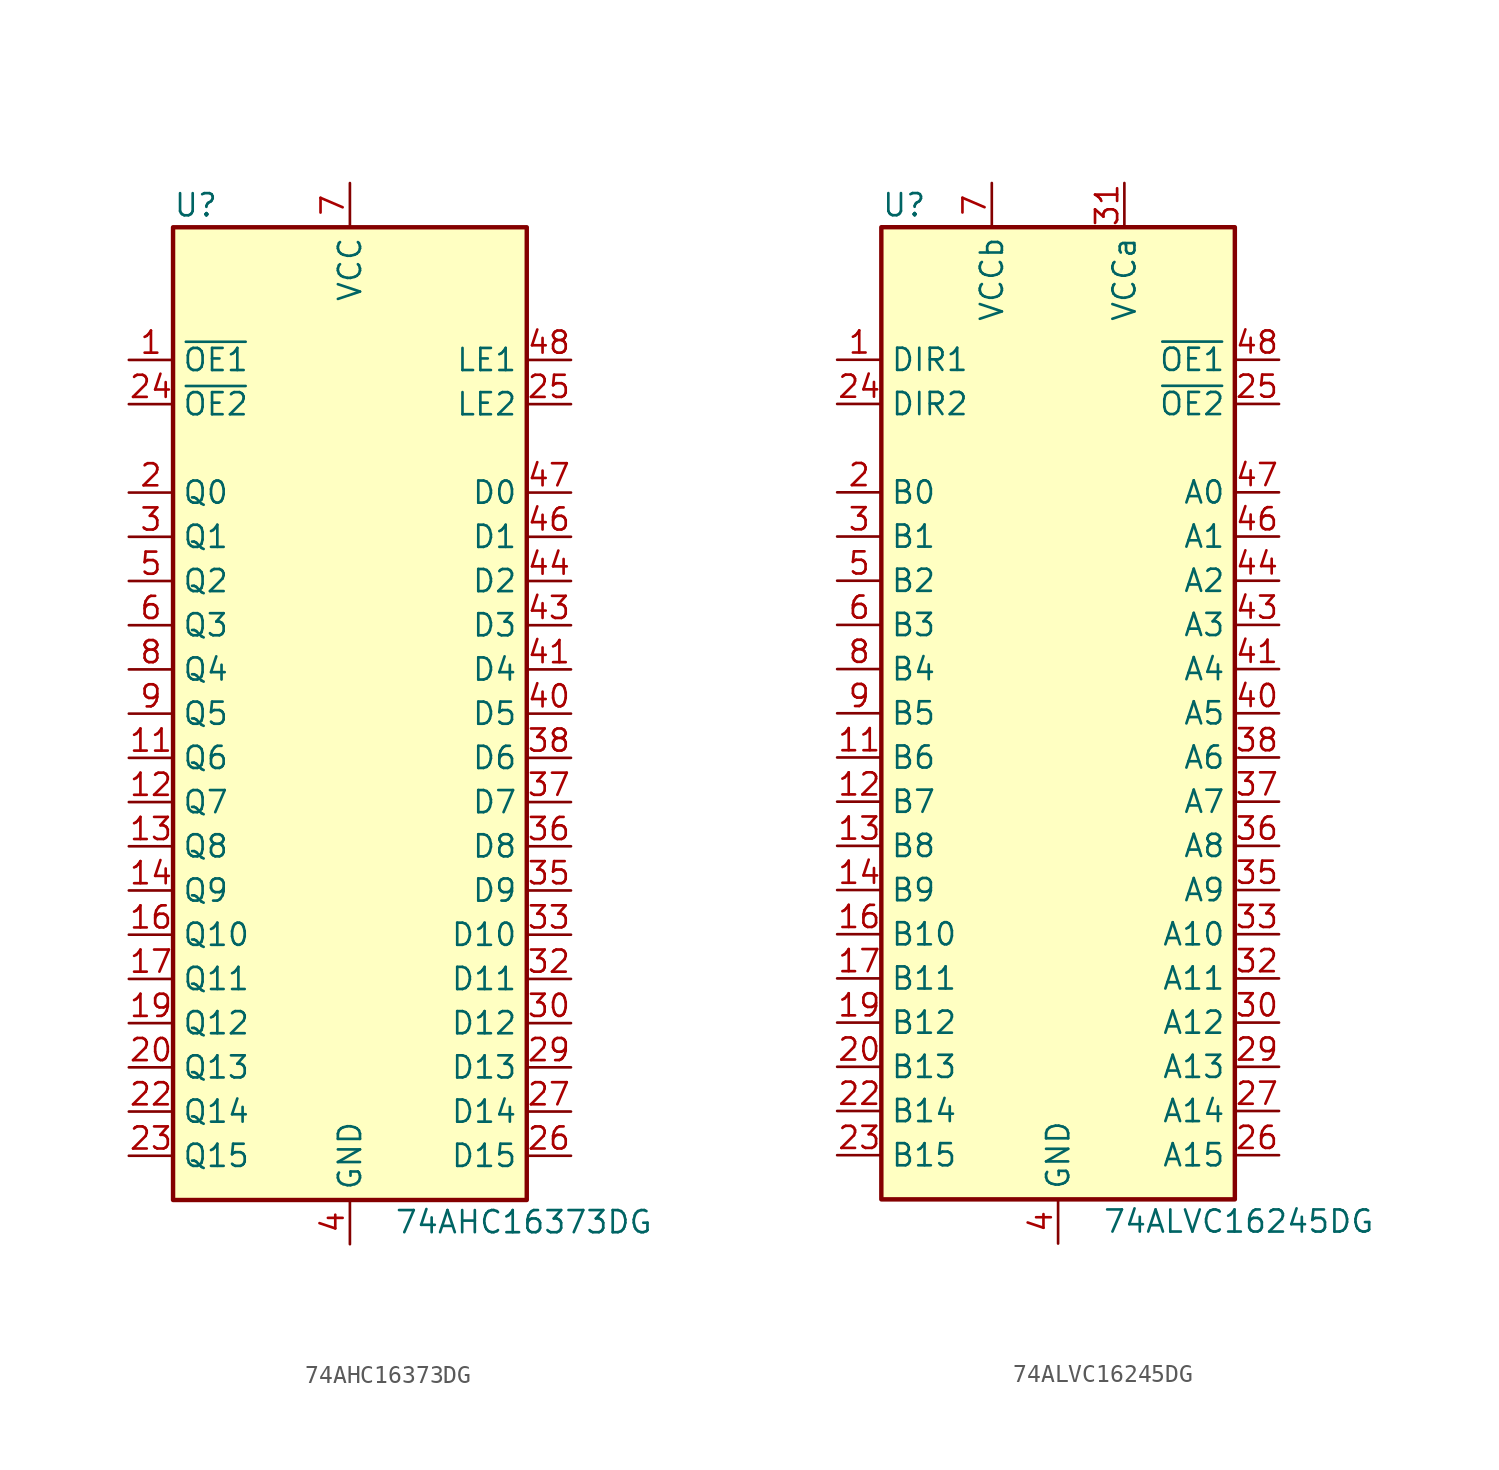
<source format=kicad_sym>
(kicad_symbol_lib
  (version 20211014)
  (generator kicad_symbol_editor)
  (symbol "74AHC16373DG"
    (property "Reference" "U"
      (at -10.16 29.21 0)
      (effects (font (size 1.27 1.27)) (justify left)))
    (property "Value" "74AHC16373DG"
      (at 2.54 -29.21 0)
      (effects (font (size 1.27 1.27)) (justify left)))
    (symbol "74AHC16373DG_0_1"
      (rectangle (start -10.16 27.94) (end 10.16 -27.94) (stroke (width 0.254) (type default) (color 0 0 0 0)) (fill (type background))))
    (symbol "74AHC16373DG_1_1"
      (pin input line (at -12.7 20.32 0) (length 2.54) (name "~{OE1}" (effects (font (size 1.27 1.27)))) (number "1" (effects (font (size 1.27 1.27)))))
      (pin passive line (at 0 -30.48 90) (length 2.54) hide (name "GND" (effects (font (size 1.27 1.27)))) (number "10" (effects (font (size 1.27 1.27)))))
      (pin bidirectional line (at -12.7 -2.54 0) (length 2.54) (name "Q6" (effects (font (size 1.27 1.27)))) (number "11" (effects (font (size 1.27 1.27)))))
      (pin bidirectional line (at -12.7 -5.08 0) (length 2.54) (name "Q7" (effects (font (size 1.27 1.27)))) (number "12" (effects (font (size 1.27 1.27)))))
      (pin bidirectional line (at -12.7 -7.62 0) (length 2.54) (name "Q8" (effects (font (size 1.27 1.27)))) (number "13" (effects (font (size 1.27 1.27)))))
      (pin bidirectional line (at -12.7 -10.16 0) (length 2.54) (name "Q9" (effects (font (size 1.27 1.27)))) (number "14" (effects (font (size 1.27 1.27)))))
      (pin passive line (at 0 -30.48 90) (length 2.54) hide (name "GND" (effects (font (size 1.27 1.27)))) (number "15" (effects (font (size 1.27 1.27)))))
      (pin bidirectional line (at -12.7 -12.7 0) (length 2.54) (name "Q10" (effects (font (size 1.27 1.27)))) (number "16" (effects (font (size 1.27 1.27)))))
      (pin bidirectional line (at -12.7 -15.24 0) (length 2.54) (name "Q11" (effects (font (size 1.27 1.27)))) (number "17" (effects (font (size 1.27 1.27)))))
      (pin passive line (at 0 30.48 270) (length 2.54) hide (name "VCC" (effects (font (size 1.27 1.27)))) (number "18" (effects (font (size 1.27 1.27)))))
      (pin bidirectional line (at -12.7 -17.78 0) (length 2.54) (name "Q12" (effects (font (size 1.27 1.27)))) (number "19" (effects (font (size 1.27 1.27)))))
      (pin bidirectional line (at -12.7 12.7 0) (length 2.54) (name "Q0" (effects (font (size 1.27 1.27)))) (number "2" (effects (font (size 1.27 1.27)))))
      (pin bidirectional line (at -12.7 -20.32 0) (length 2.54) (name "Q13" (effects (font (size 1.27 1.27)))) (number "20" (effects (font (size 1.27 1.27)))))
      (pin passive line (at 0 -30.48 90) (length 2.54) hide (name "GND" (effects (font (size 1.27 1.27)))) (number "21" (effects (font (size 1.27 1.27)))))
      (pin bidirectional line (at -12.7 -22.86 0) (length 2.54) (name "Q14" (effects (font (size 1.27 1.27)))) (number "22" (effects (font (size 1.27 1.27)))))
      (pin bidirectional line (at -12.7 -25.4 0) (length 2.54) (name "Q15" (effects (font (size 1.27 1.27)))) (number "23" (effects (font (size 1.27 1.27)))))
      (pin input line (at -12.7 17.78 0) (length 2.54) (name "~{OE2}" (effects (font (size 1.27 1.27)))) (number "24" (effects (font (size 1.27 1.27)))))
      (pin input line (at 12.7 17.78 180) (length 2.54) (name "LE2" (effects (font (size 1.27 1.27)))) (number "25" (effects (font (size 1.27 1.27)))))
      (pin bidirectional line (at 12.7 -25.4 180) (length 2.54) (name "D15" (effects (font (size 1.27 1.27)))) (number "26" (effects (font (size 1.27 1.27)))))
      (pin bidirectional line (at 12.7 -22.86 180) (length 2.54) (name "D14" (effects (font (size 1.27 1.27)))) (number "27" (effects (font (size 1.27 1.27)))))
      (pin passive line (at 0 -30.48 90) (length 2.54) hide (name "GND" (effects (font (size 1.27 1.27)))) (number "28" (effects (font (size 1.27 1.27)))))
      (pin bidirectional line (at 12.7 -20.32 180) (length 2.54) (name "D13" (effects (font (size 1.27 1.27)))) (number "29" (effects (font (size 1.27 1.27)))))
      (pin bidirectional line (at -12.7 10.16 0) (length 2.54) (name "Q1" (effects (font (size 1.27 1.27)))) (number "3" (effects (font (size 1.27 1.27)))))
      (pin bidirectional line (at 12.7 -17.78 180) (length 2.54) (name "D12" (effects (font (size 1.27 1.27)))) (number "30" (effects (font (size 1.27 1.27)))))
      (pin power_in line (at 0 30.48 270) (length 2.54) hide (name "VCC" (effects (font (size 1.27 1.27)))) (number "31" (effects (font (size 1.27 1.27)))))
      (pin bidirectional line (at 12.7 -15.24 180) (length 2.54) (name "D11" (effects (font (size 1.27 1.27)))) (number "32" (effects (font (size 1.27 1.27)))))
      (pin bidirectional line (at 12.7 -12.7 180) (length 2.54) (name "D10" (effects (font (size 1.27 1.27)))) (number "33" (effects (font (size 1.27 1.27)))))
      (pin passive line (at 0 -30.48 90) (length 2.54) hide (name "GND" (effects (font (size 1.27 1.27)))) (number "34" (effects (font (size 1.27 1.27)))))
      (pin bidirectional line (at 12.7 -10.16 180) (length 2.54) (name "D9" (effects (font (size 1.27 1.27)))) (number "35" (effects (font (size 1.27 1.27)))))
      (pin bidirectional line (at 12.7 -7.62 180) (length 2.54) (name "D8" (effects (font (size 1.27 1.27)))) (number "36" (effects (font (size 1.27 1.27)))))
      (pin bidirectional line (at 12.7 -5.08 180) (length 2.54) (name "D7" (effects (font (size 1.27 1.27)))) (number "37" (effects (font (size 1.27 1.27)))))
      (pin bidirectional line (at 12.7 -2.54 180) (length 2.54) (name "D6" (effects (font (size 1.27 1.27)))) (number "38" (effects (font (size 1.27 1.27)))))
      (pin passive line (at 0 -30.48 90) (length 2.54) hide (name "GND" (effects (font (size 1.27 1.27)))) (number "39" (effects (font (size 1.27 1.27)))))
      (pin power_in line (at 0 -30.48 90) (length 2.54) (name "GND" (effects (font (size 1.27 1.27)))) (number "4" (effects (font (size 1.27 1.27)))))
      (pin bidirectional line (at 12.7 0 180) (length 2.54) (name "D5" (effects (font (size 1.27 1.27)))) (number "40" (effects (font (size 1.27 1.27)))))
      (pin bidirectional line (at 12.7 2.54 180) (length 2.54) (name "D4" (effects (font (size 1.27 1.27)))) (number "41" (effects (font (size 1.27 1.27)))))
      (pin passive line (at 0 30.48 270) (length 2.54) hide (name "VCC" (effects (font (size 1.27 1.27)))) (number "42" (effects (font (size 1.27 1.27)))))
      (pin bidirectional line (at 12.7 5.08 180) (length 2.54) (name "D3" (effects (font (size 1.27 1.27)))) (number "43" (effects (font (size 1.27 1.27)))))
      (pin bidirectional line (at 12.7 7.62 180) (length 2.54) (name "D2" (effects (font (size 1.27 1.27)))) (number "44" (effects (font (size 1.27 1.27)))))
      (pin passive line (at 0 -30.48 90) (length 2.54) hide (name "GND" (effects (font (size 1.27 1.27)))) (number "45" (effects (font (size 1.27 1.27)))))
      (pin bidirectional line (at 12.7 10.16 180) (length 2.54) (name "D1" (effects (font (size 1.27 1.27)))) (number "46" (effects (font (size 1.27 1.27)))))
      (pin bidirectional line (at 12.7 12.7 180) (length 2.54) (name "D0" (effects (font (size 1.27 1.27)))) (number "47" (effects (font (size 1.27 1.27)))))
      (pin input line (at 12.7 20.32 180) (length 2.54) (name "LE1" (effects (font (size 1.27 1.27)))) (number "48" (effects (font (size 1.27 1.27)))))
      (pin bidirectional line (at -12.7 7.62 0) (length 2.54) (name "Q2" (effects (font (size 1.27 1.27)))) (number "5" (effects (font (size 1.27 1.27)))))
      (pin bidirectional line (at -12.7 5.08 0) (length 2.54) (name "Q3" (effects (font (size 1.27 1.27)))) (number "6" (effects (font (size 1.27 1.27)))))
      (pin power_in line (at 0 30.48 270) (length 2.54) (name "VCC" (effects (font (size 1.27 1.27)))) (number "7" (effects (font (size 1.27 1.27)))))
      (pin bidirectional line (at -12.7 2.54 0) (length 2.54) (name "Q4" (effects (font (size 1.27 1.27)))) (number "8" (effects (font (size 1.27 1.27)))))
      (pin bidirectional line (at -12.7 0 0) (length 2.54) (name "Q5" (effects (font (size 1.27 1.27)))) (number "9" (effects (font (size 1.27 1.27)))))))
  (symbol "74ALVC16245DG"
    (property "Reference" "U"
      (at -10.16 29.21 0)
      (effects (font (size 1.27 1.27)) (justify left)))
    (property "Value" "74ALVC16245DG"
      (at 2.54 -29.21 0)
      (effects (font (size 1.27 1.27)) (justify left)))
    (symbol "74ALVC16245DG_0_1"
      (rectangle (start -10.16 27.94) (end 10.16 -27.94) (stroke (width 0.254) (type default) (color 0 0 0 0)) (fill (type background))))
    (symbol "74ALVC16245DG_1_1"
      (pin input line (at -12.7 20.32 0) (length 2.54) (name "DIR1" (effects (font (size 1.27 1.27)))) (number "1" (effects (font (size 1.27 1.27)))))
      (pin passive line (at 0 -30.48 90) (length 2.54) hide (name "GND" (effects (font (size 1.27 1.27)))) (number "10" (effects (font (size 1.27 1.27)))))
      (pin bidirectional line (at -12.7 -2.54 0) (length 2.54) (name "B6" (effects (font (size 1.27 1.27)))) (number "11" (effects (font (size 1.27 1.27)))))
      (pin bidirectional line (at -12.7 -5.08 0) (length 2.54) (name "B7" (effects (font (size 1.27 1.27)))) (number "12" (effects (font (size 1.27 1.27)))))
      (pin bidirectional line (at -12.7 -7.62 0) (length 2.54) (name "B8" (effects (font (size 1.27 1.27)))) (number "13" (effects (font (size 1.27 1.27)))))
      (pin bidirectional line (at -12.7 -10.16 0) (length 2.54) (name "B9" (effects (font (size 1.27 1.27)))) (number "14" (effects (font (size 1.27 1.27)))))
      (pin passive line (at 0 -30.48 90) (length 2.54) hide (name "GND" (effects (font (size 1.27 1.27)))) (number "15" (effects (font (size 1.27 1.27)))))
      (pin bidirectional line (at -12.7 -12.7 0) (length 2.54) (name "B10" (effects (font (size 1.27 1.27)))) (number "16" (effects (font (size 1.27 1.27)))))
      (pin bidirectional line (at -12.7 -15.24 0) (length 2.54) (name "B11" (effects (font (size 1.27 1.27)))) (number "17" (effects (font (size 1.27 1.27)))))
      (pin passive line (at -3.81 30.48 270) (length 2.54) hide (name "VCCb" (effects (font (size 1.27 1.27)))) (number "18" (effects (font (size 1.27 1.27)))))
      (pin bidirectional line (at -12.7 -17.78 0) (length 2.54) (name "B12" (effects (font (size 1.27 1.27)))) (number "19" (effects (font (size 1.27 1.27)))))
      (pin bidirectional line (at -12.7 12.7 0) (length 2.54) (name "B0" (effects (font (size 1.27 1.27)))) (number "2" (effects (font (size 1.27 1.27)))))
      (pin bidirectional line (at -12.7 -20.32 0) (length 2.54) (name "B13" (effects (font (size 1.27 1.27)))) (number "20" (effects (font (size 1.27 1.27)))))
      (pin passive line (at 0 -30.48 90) (length 2.54) hide (name "GND" (effects (font (size 1.27 1.27)))) (number "21" (effects (font (size 1.27 1.27)))))
      (pin bidirectional line (at -12.7 -22.86 0) (length 2.54) (name "B14" (effects (font (size 1.27 1.27)))) (number "22" (effects (font (size 1.27 1.27)))))
      (pin bidirectional line (at -12.7 -25.4 0) (length 2.54) (name "B15" (effects (font (size 1.27 1.27)))) (number "23" (effects (font (size 1.27 1.27)))))
      (pin input line (at -12.7 17.78 0) (length 2.54) (name "DIR2" (effects (font (size 1.27 1.27)))) (number "24" (effects (font (size 1.27 1.27)))))
      (pin input line (at 12.7 17.78 180) (length 2.54) (name "~{OE2}" (effects (font (size 1.27 1.27)))) (number "25" (effects (font (size 1.27 1.27)))))
      (pin bidirectional line (at 12.7 -25.4 180) (length 2.54) (name "A15" (effects (font (size 1.27 1.27)))) (number "26" (effects (font (size 1.27 1.27)))))
      (pin bidirectional line (at 12.7 -22.86 180) (length 2.54) (name "A14" (effects (font (size 1.27 1.27)))) (number "27" (effects (font (size 1.27 1.27)))))
      (pin passive line (at 0 -30.48 90) (length 2.54) hide (name "GND" (effects (font (size 1.27 1.27)))) (number "28" (effects (font (size 1.27 1.27)))))
      (pin bidirectional line (at 12.7 -20.32 180) (length 2.54) (name "A13" (effects (font (size 1.27 1.27)))) (number "29" (effects (font (size 1.27 1.27)))))
      (pin bidirectional line (at -12.7 10.16 0) (length 2.54) (name "B1" (effects (font (size 1.27 1.27)))) (number "3" (effects (font (size 1.27 1.27)))))
      (pin bidirectional line (at 12.7 -17.78 180) (length 2.54) (name "A12" (effects (font (size 1.27 1.27)))) (number "30" (effects (font (size 1.27 1.27)))))
      (pin power_in line (at 3.81 30.48 270) (length 2.54) (name "VCCa" (effects (font (size 1.27 1.27)))) (number "31" (effects (font (size 1.27 1.27)))))
      (pin bidirectional line (at 12.7 -15.24 180) (length 2.54) (name "A11" (effects (font (size 1.27 1.27)))) (number "32" (effects (font (size 1.27 1.27)))))
      (pin bidirectional line (at 12.7 -12.7 180) (length 2.54) (name "A10" (effects (font (size 1.27 1.27)))) (number "33" (effects (font (size 1.27 1.27)))))
      (pin passive line (at 0 -30.48 90) (length 2.54) hide (name "GND" (effects (font (size 1.27 1.27)))) (number "34" (effects (font (size 1.27 1.27)))))
      (pin bidirectional line (at 12.7 -10.16 180) (length 2.54) (name "A9" (effects (font (size 1.27 1.27)))) (number "35" (effects (font (size 1.27 1.27)))))
      (pin bidirectional line (at 12.7 -7.62 180) (length 2.54) (name "A8" (effects (font (size 1.27 1.27)))) (number "36" (effects (font (size 1.27 1.27)))))
      (pin bidirectional line (at 12.7 -5.08 180) (length 2.54) (name "A7" (effects (font (size 1.27 1.27)))) (number "37" (effects (font (size 1.27 1.27)))))
      (pin bidirectional line (at 12.7 -2.54 180) (length 2.54) (name "A6" (effects (font (size 1.27 1.27)))) (number "38" (effects (font (size 1.27 1.27)))))
      (pin passive line (at 0 -30.48 90) (length 2.54) hide (name "GND" (effects (font (size 1.27 1.27)))) (number "39" (effects (font (size 1.27 1.27)))))
      (pin power_in line (at 0 -30.48 90) (length 2.54) (name "GND" (effects (font (size 1.27 1.27)))) (number "4" (effects (font (size 1.27 1.27)))))
      (pin bidirectional line (at 12.7 0 180) (length 2.54) (name "A5" (effects (font (size 1.27 1.27)))) (number "40" (effects (font (size 1.27 1.27)))))
      (pin bidirectional line (at 12.7 2.54 180) (length 2.54) (name "A4" (effects (font (size 1.27 1.27)))) (number "41" (effects (font (size 1.27 1.27)))))
      (pin passive line (at 3.81 30.48 270) (length 2.54) hide (name "VCCa" (effects (font (size 1.27 1.27)))) (number "42" (effects (font (size 1.27 1.27)))))
      (pin bidirectional line (at 12.7 5.08 180) (length 2.54) (name "A3" (effects (font (size 1.27 1.27)))) (number "43" (effects (font (size 1.27 1.27)))))
      (pin bidirectional line (at 12.7 7.62 180) (length 2.54) (name "A2" (effects (font (size 1.27 1.27)))) (number "44" (effects (font (size 1.27 1.27)))))
      (pin passive line (at 0 -30.48 90) (length 2.54) hide (name "GND" (effects (font (size 1.27 1.27)))) (number "45" (effects (font (size 1.27 1.27)))))
      (pin bidirectional line (at 12.7 10.16 180) (length 2.54) (name "A1" (effects (font (size 1.27 1.27)))) (number "46" (effects (font (size 1.27 1.27)))))
      (pin bidirectional line (at 12.7 12.7 180) (length 2.54) (name "A0" (effects (font (size 1.27 1.27)))) (number "47" (effects (font (size 1.27 1.27)))))
      (pin input line (at 12.7 20.32 180) (length 2.54) (name "~{OE1}" (effects (font (size 1.27 1.27)))) (number "48" (effects (font (size 1.27 1.27)))))
      (pin bidirectional line (at -12.7 7.62 0) (length 2.54) (name "B2" (effects (font (size 1.27 1.27)))) (number "5" (effects (font (size 1.27 1.27)))))
      (pin bidirectional line (at -12.7 5.08 0) (length 2.54) (name "B3" (effects (font (size 1.27 1.27)))) (number "6" (effects (font (size 1.27 1.27)))))
      (pin power_in line (at -3.81 30.48 270) (length 2.54) (name "VCCb" (effects (font (size 1.27 1.27)))) (number "7" (effects (font (size 1.27 1.27)))))
      (pin bidirectional line (at -12.7 2.54 0) (length 2.54) (name "B4" (effects (font (size 1.27 1.27)))) (number "8" (effects (font (size 1.27 1.27)))))
      (pin bidirectional line (at -12.7 0 0) (length 2.54) (name "B5" (effects (font (size 1.27 1.27)))) (number "9" (effects (font (size 1.27 1.27))))))))
</source>
